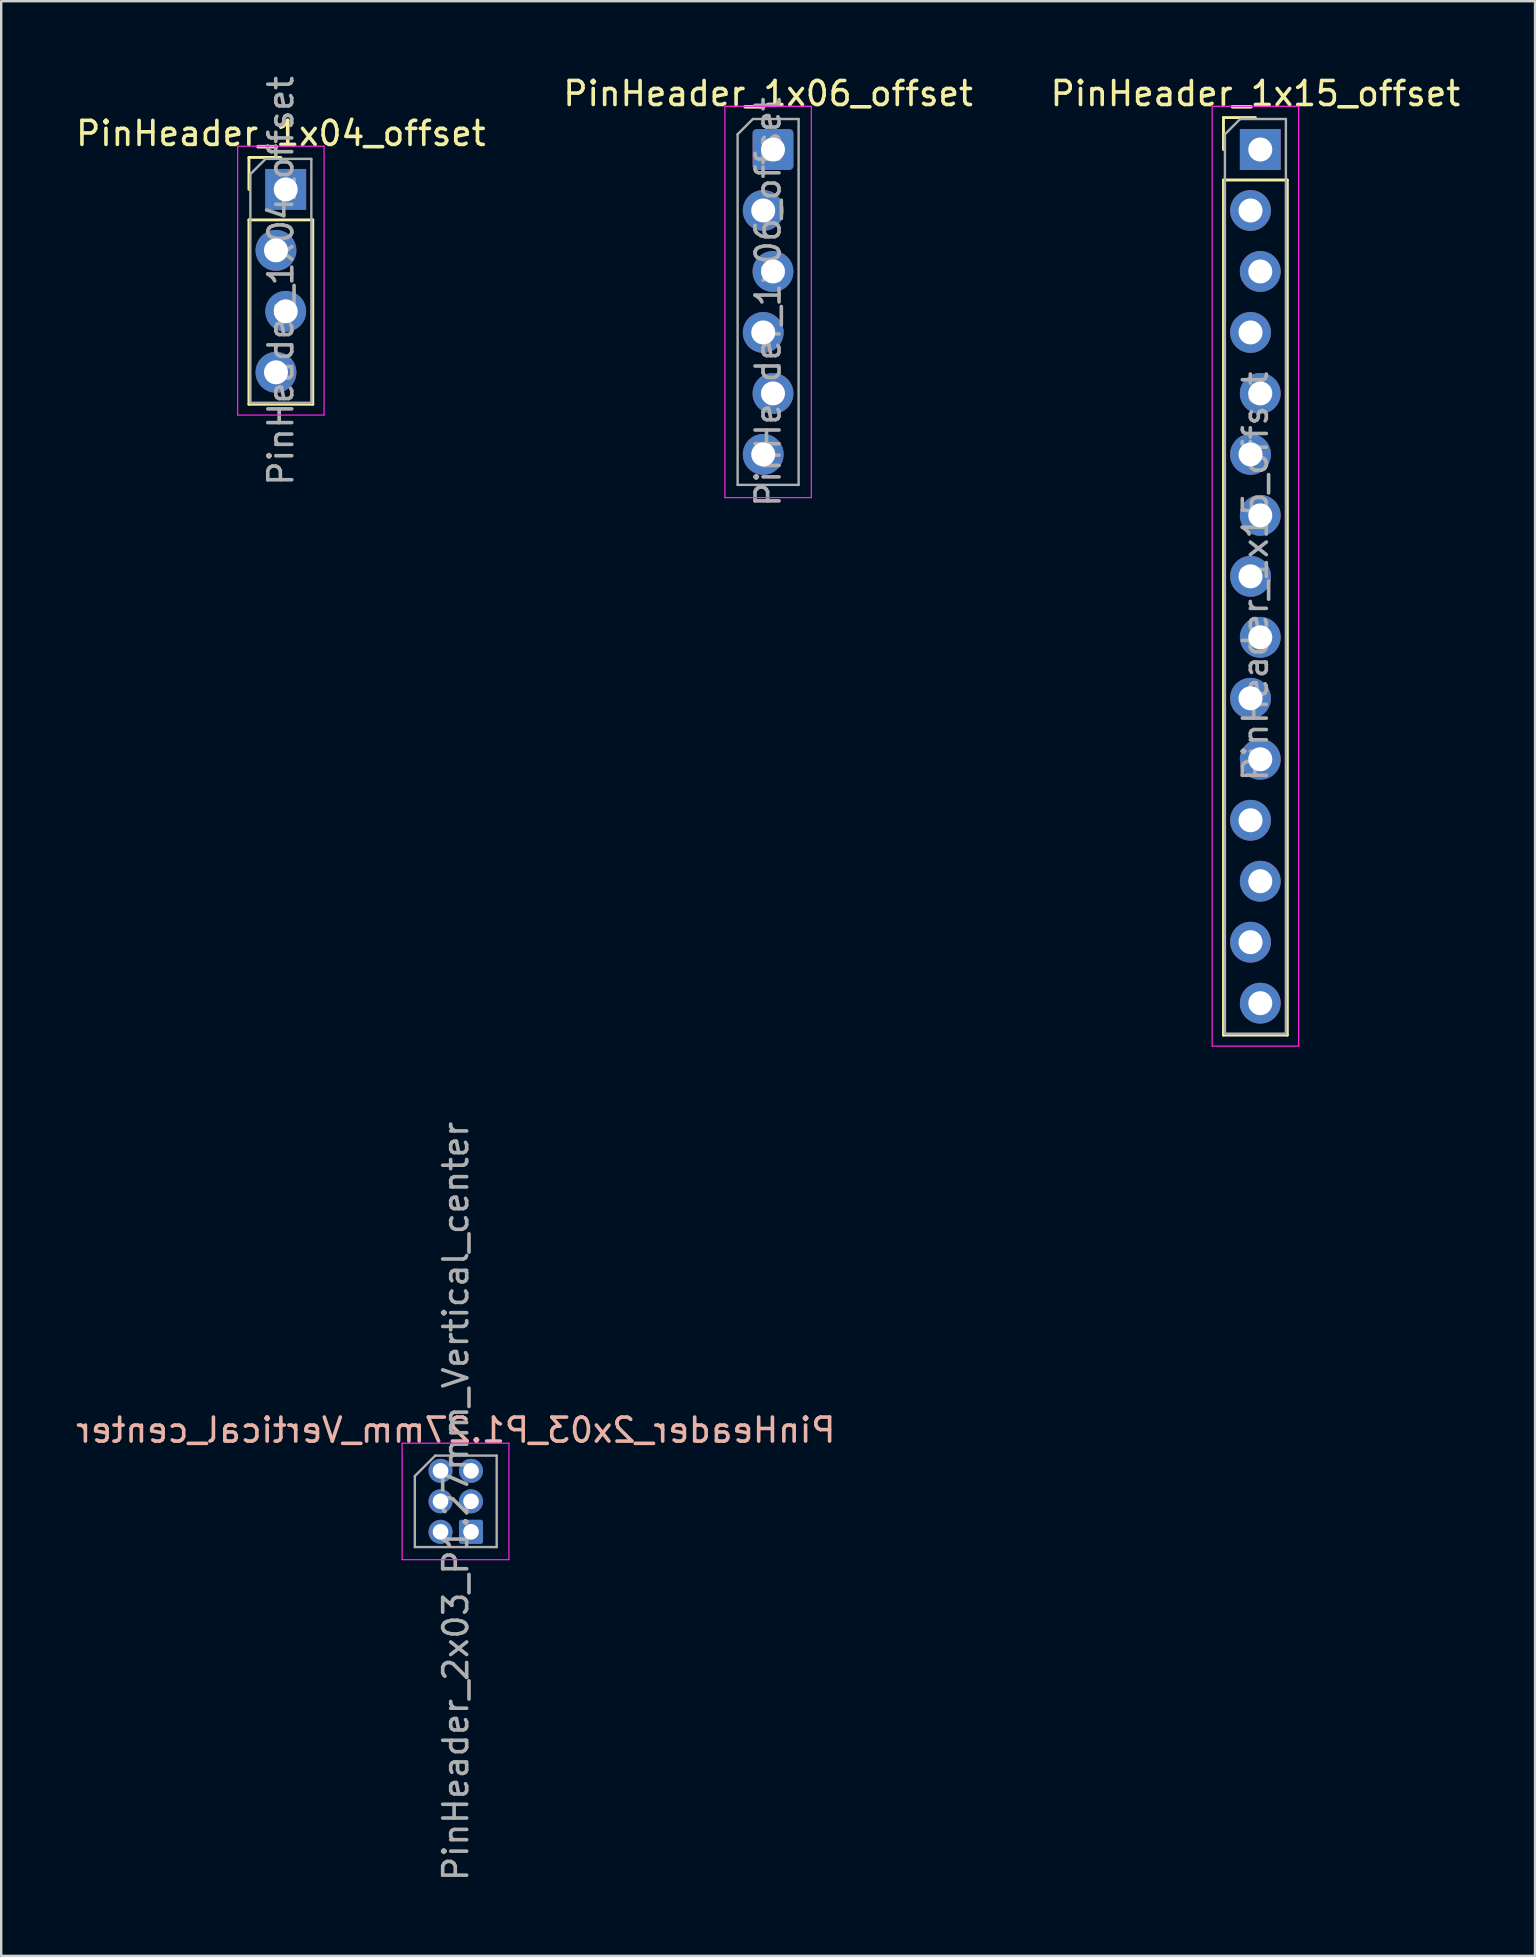
<source format=kicad_pcb>
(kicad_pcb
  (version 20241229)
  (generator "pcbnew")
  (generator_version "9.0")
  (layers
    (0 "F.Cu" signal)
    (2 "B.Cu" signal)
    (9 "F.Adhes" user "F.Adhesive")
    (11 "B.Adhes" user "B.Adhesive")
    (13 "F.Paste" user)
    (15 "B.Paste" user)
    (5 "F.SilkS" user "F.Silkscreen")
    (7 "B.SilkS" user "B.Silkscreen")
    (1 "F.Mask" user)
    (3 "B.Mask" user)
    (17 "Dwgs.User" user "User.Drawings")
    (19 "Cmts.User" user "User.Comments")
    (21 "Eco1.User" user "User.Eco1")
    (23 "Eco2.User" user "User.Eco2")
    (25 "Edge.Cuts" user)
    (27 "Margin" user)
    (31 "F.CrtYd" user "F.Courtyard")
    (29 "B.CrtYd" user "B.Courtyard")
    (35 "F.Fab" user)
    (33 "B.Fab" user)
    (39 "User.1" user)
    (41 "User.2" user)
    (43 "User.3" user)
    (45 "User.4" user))
  (footprint "PinHeader_2x03_P1.27mm_Vertical_center"
    (layer "F.Cu")
    (at 15.935 59.488)
    (property "Reference" "PinHeader_2x03_P1.27mm_Vertical_center" (at 0 -2.965 0) (layer "B.SilkS") (effects (font (size 1 1) (thickness 0.15)) (justify mirror)))
    (attr through_hole)
    (fp_line (start -2.235 -2.42) (end -2.235 2.43) (stroke (width 0.05) (type solid)) (layer "F.CrtYd"))
    (fp_line (start -2.235 2.43) (end 2.215 2.43) (stroke (width 0.05) (type solid)) (layer "F.CrtYd"))
    (fp_line (start 2.215 -2.42) (end -2.235 -2.42) (stroke (width 0.05) (type solid)) (layer "F.CrtYd"))
    (fp_line (start 2.215 2.43) (end 2.215 -2.42) (stroke (width 0.05) (type solid)) (layer "F.CrtYd"))
    (fp_line (start -1.705 -1.052) (end -0.853 -1.905) (stroke (width 0.1) (type solid)) (layer "F.Fab"))
    (fp_line (start -1.705 1.905) (end -1.705 -1.052) (stroke (width 0.1) (type solid)) (layer "F.Fab"))
    (fp_line (start -0.853 -1.905) (end 1.705 -1.905) (stroke (width 0.1) (type solid)) (layer "F.Fab"))
    (fp_line (start 1.705 -1.905) (end 1.705 1.905) (stroke (width 0.1) (type solid)) (layer "F.Fab"))
    (fp_line (start 1.705 1.905) (end -1.705 1.905) (stroke (width 0.1) (type solid)) (layer "F.Fab"))
    (fp_text user "${REFERENCE}" (at 0 0 90) (layer "F.Fab") (effects (font (size 1 1) (thickness 0.15))))
    (pad "1" thru_hole circle (at -0.635 -1.27) (size 1 1) (drill 0.65) (layers "*.Cu" "F.Mask"))
    (pad "2" thru_hole oval (at 0.635 -1.27) (size 1 1) (drill 0.65) (layers "*.Cu" "F.Mask"))
    (pad "3" thru_hole oval (at -0.635 0) (size 1 1) (drill 0.65) (layers "*.Cu" "F.Mask"))
    (pad "4" thru_hole oval (at 0.635 0) (size 1 1) (drill 0.65) (layers "*.Cu" "F.Mask"))
    (pad "5" thru_hole oval (at -0.635 1.27) (size 1 1) (drill 0.65) (layers "*.Cu" "F.Mask"))
    (pad "6" thru_hole roundrect (at 0.635 1.27) (size 1 1) (drill 0.65) (layers "*.Cu" "F.Mask") (roundrect_rratio 0.1)))
  (footprint "PinHeader_1x04_offset"
    (layer "F.Cu")
    (at 8.649 4.839)
    (property "Reference" "PinHeader_1x04_offset" (at 0 -2.33 0) (layer "F.SilkS") (effects (font (size 1 1) (thickness 0.15))))
    (attr through_hole)
    (fp_line (start -1.33 -1.33) (end 0 -1.33) (stroke (width 0.12) (type solid)) (layer "F.SilkS"))
    (fp_line (start -1.33 0) (end -1.33 -1.33) (stroke (width 0.12) (type solid)) (layer "F.SilkS"))
    (fp_line (start -1.33 1.27) (end -1.33 8.95) (stroke (width 0.12) (type solid)) (layer "F.SilkS"))
    (fp_line (start -1.33 1.27) (end 1.33 1.27) (stroke (width 0.12) (type solid)) (layer "F.SilkS"))
    (fp_line (start -1.33 8.95) (end 1.33 8.95) (stroke (width 0.12) (type solid)) (layer "F.SilkS"))
    (fp_line (start 1.33 1.27) (end 1.33 8.95) (stroke (width 0.12) (type solid)) (layer "F.SilkS"))
    (fp_line (start -1.8 -1.8) (end -1.8 9.4) (stroke (width 0.05) (type solid)) (layer "F.CrtYd"))
    (fp_line (start -1.8 9.4) (end 1.8 9.4) (stroke (width 0.05) (type solid)) (layer "F.CrtYd"))
    (fp_line (start 1.8 -1.8) (end -1.8 -1.8) (stroke (width 0.05) (type solid)) (layer "F.CrtYd"))
    (fp_line (start 1.8 9.4) (end 1.8 -1.8) (stroke (width 0.05) (type solid)) (layer "F.CrtYd"))
    (fp_line (start -1.27 -0.635) (end -0.635 -1.27) (stroke (width 0.1) (type solid)) (layer "F.Fab"))
    (fp_line (start -1.27 8.89) (end -1.27 -0.635) (stroke (width 0.1) (type solid)) (layer "F.Fab"))
    (fp_line (start -0.635 -1.27) (end 1.27 -1.27) (stroke (width 0.1) (type solid)) (layer "F.Fab"))
    (fp_line (start 1.27 -1.27) (end 1.27 8.89) (stroke (width 0.1) (type solid)) (layer "F.Fab"))
    (fp_line (start 1.27 8.89) (end -1.27 8.89) (stroke (width 0.1) (type solid)) (layer "F.Fab"))
    (fp_text user "${REFERENCE}" (at 0 3.81 90) (layer "F.Fab") (effects (font (size 1 1) (thickness 0.15))))
    (pad "1" thru_hole rect (at 0.203 0) (size 1.7 1.7) (drill 1) (layers "*.Cu" "*.Mask"))
    (pad "2" thru_hole oval (at -0.203 2.54) (size 1.7 1.7) (drill 1) (layers "*.Cu" "*.Mask"))
    (pad "3" thru_hole oval (at 0.203 5.08) (size 1.7 1.7) (drill 1) (layers "*.Cu" "*.Mask"))
    (pad "4" thru_hole oval (at -0.203 7.62) (size 1.7 1.7) (drill 1) (layers "*.Cu" "*.Mask")))
  (footprint "PinHeader_1x06_offset"
    (layer "F.Cu")
    (at 28.946 9.528)
    (property "Reference" "PinHeader_1x06_offset" (at 0 -8.68 0) (layer "F.SilkS") (effects (font (size 1 1) (thickness 0.15))))
    (attr through_hole)
    (fp_line (start -1.8 -8.15) (end -1.8 8.15) (stroke (width 0.05) (type solid)) (layer "F.CrtYd"))
    (fp_line (start -1.8 8.15) (end 1.8 8.15) (stroke (width 0.05) (type solid)) (layer "F.CrtYd"))
    (fp_line (start 1.8 -8.15) (end -1.8 -8.15) (stroke (width 0.05) (type solid)) (layer "F.CrtYd"))
    (fp_line (start 1.8 8.15) (end 1.8 -8.15) (stroke (width 0.05) (type solid)) (layer "F.CrtYd"))
    (fp_line (start -1.27 -6.985) (end -0.635 -7.62) (stroke (width 0.1) (type solid)) (layer "F.Fab"))
    (fp_line (start -1.27 7.62) (end -1.27 -6.985) (stroke (width 0.1) (type solid)) (layer "F.Fab"))
    (fp_line (start -0.635 -7.62) (end 1.27 -7.62) (stroke (width 0.1) (type solid)) (layer "F.Fab"))
    (fp_line (start 1.27 -7.62) (end 1.27 7.62) (stroke (width 0.1) (type solid)) (layer "F.Fab"))
    (fp_line (start 1.27 7.62) (end -1.27 7.62) (stroke (width 0.1) (type solid)) (layer "F.Fab"))
    (fp_text user "${REFERENCE}" (at 0 0 90) (layer "F.Fab") (effects (font (size 1 1) (thickness 0.15))))
    (pad "1" thru_hole roundrect (at 0.203 -6.35) (size 1.7 1.7) (drill 1) (layers "*.Cu" "B.Mask") (roundrect_rratio 0.1))
    (pad "2" thru_hole oval (at -0.203 -3.81) (size 1.7 1.7) (drill 1) (layers "*.Cu" "B.Mask"))
    (pad "3" thru_hole oval (at 0.203 -1.27) (size 1.7 1.7) (drill 1) (layers "*.Cu" "B.Mask"))
    (pad "4" thru_hole oval (at -0.203 1.27) (size 1.7 1.7) (drill 1) (layers "*.Cu" "B.Mask"))
    (pad "5" thru_hole oval (at 0.203 3.81) (size 1.7 1.7) (drill 1) (layers "*.Cu" "B.Mask"))
    (pad "6" thru_hole oval (at -0.203 6.35) (size 1.7 1.7) (drill 1) (layers "*.Cu" "B.Mask")))
  (footprint "PinHeader_1x15_offset"
    (layer "F.Cu")
    (at 49.244 3.178)
    (property "Reference" "PinHeader_1x15_offset" (at 0 -2.33 0) (layer "F.SilkS") (effects (font (size 1 1) (thickness 0.15))))
    (attr through_hole)
    (fp_line (start -1.33 -1.33) (end 0 -1.33) (stroke (width 0.12) (type solid)) (layer "F.SilkS"))
    (fp_line (start -1.33 0) (end -1.33 -1.33) (stroke (width 0.12) (type solid)) (layer "F.SilkS"))
    (fp_line (start -1.33 1.27) (end -1.33 36.89) (stroke (width 0.12) (type solid)) (layer "F.SilkS"))
    (fp_line (start -1.33 1.27) (end 1.33 1.27) (stroke (width 0.12) (type solid)) (layer "F.SilkS"))
    (fp_line (start -1.33 36.89) (end 1.33 36.89) (stroke (width 0.12) (type solid)) (layer "F.SilkS"))
    (fp_line (start 1.33 1.27) (end 1.33 36.89) (stroke (width 0.12) (type solid)) (layer "F.SilkS"))
    (fp_line (start -1.8 -1.8) (end -1.8 37.35) (stroke (width 0.05) (type solid)) (layer "F.CrtYd"))
    (fp_line (start -1.8 37.35) (end 1.8 37.35) (stroke (width 0.05) (type solid)) (layer "F.CrtYd"))
    (fp_line (start 1.8 -1.8) (end -1.8 -1.8) (stroke (width 0.05) (type solid)) (layer "F.CrtYd"))
    (fp_line (start 1.8 37.35) (end 1.8 -1.8) (stroke (width 0.05) (type solid)) (layer "F.CrtYd"))
    (fp_line (start -1.27 -0.635) (end -0.635 -1.27) (stroke (width 0.1) (type solid)) (layer "F.Fab"))
    (fp_line (start -1.27 36.83) (end -1.27 -0.635) (stroke (width 0.1) (type solid)) (layer "F.Fab"))
    (fp_line (start -0.635 -1.27) (end 1.27 -1.27) (stroke (width 0.1) (type solid)) (layer "F.Fab"))
    (fp_line (start 1.27 -1.27) (end 1.27 36.83) (stroke (width 0.1) (type solid)) (layer "F.Fab"))
    (fp_line (start 1.27 36.83) (end -1.27 36.83) (stroke (width 0.1) (type solid)) (layer "F.Fab"))
    (fp_text user "${REFERENCE}" (at 0 17.78 90) (layer "F.Fab") (effects (font (size 1 1) (thickness 0.15))))
    (pad "1" thru_hole rect (at 0.203 0) (size 1.7 1.7) (drill 1) (layers "*.Cu" "*.Mask"))
    (pad "2" thru_hole oval (at -0.203 2.54) (size 1.7 1.7) (drill 1) (layers "*.Cu" "*.Mask"))
    (pad "3" thru_hole oval (at 0.203 5.08) (size 1.7 1.7) (drill 1) (layers "*.Cu" "*.Mask"))
    (pad "4" thru_hole oval (at -0.203 7.62) (size 1.7 1.7) (drill 1) (layers "*.Cu" "*.Mask"))
    (pad "5" thru_hole oval (at 0.203 10.16) (size 1.7 1.7) (drill 1) (layers "*.Cu" "*.Mask"))
    (pad "6" thru_hole oval (at -0.203 12.7) (size 1.7 1.7) (drill 1) (layers "*.Cu" "*.Mask"))
    (pad "7" thru_hole oval (at 0.203 15.24) (size 1.7 1.7) (drill 1) (layers "*.Cu" "*.Mask"))
    (pad "8" thru_hole oval (at -0.203 17.78) (size 1.7 1.7) (drill 1) (layers "*.Cu" "*.Mask"))
    (pad "9" thru_hole oval (at 0.203 20.32) (size 1.7 1.7) (drill 1) (layers "*.Cu" "*.Mask"))
    (pad "10" thru_hole oval (at -0.203 22.86) (size 1.7 1.7) (drill 1) (layers "*.Cu" "*.Mask"))
    (pad "11" thru_hole oval (at 0.203 25.4) (size 1.7 1.7) (drill 1) (layers "*.Cu" "*.Mask"))
    (pad "12" thru_hole oval (at -0.203 27.94) (size 1.7 1.7) (drill 1) (layers "*.Cu" "*.Mask"))
    (pad "13" thru_hole oval (at 0.203 30.48) (size 1.7 1.7) (drill 1) (layers "*.Cu" "*.Mask"))
    (pad "14" thru_hole oval (at -0.203 33.02) (size 1.7 1.7) (drill 1) (layers "*.Cu" "*.Mask"))
    (pad "15" thru_hole oval (at 0.203 35.56) (size 1.7 1.7) (drill 1) (layers "*.Cu" "*.Mask")))
  (gr_rect
    (start -3 -3)
    (end 60.893 78.422)
    (stroke (width 0.1) (type default))
    (fill no)
    (layer "Edge.Cuts")))
</source>
